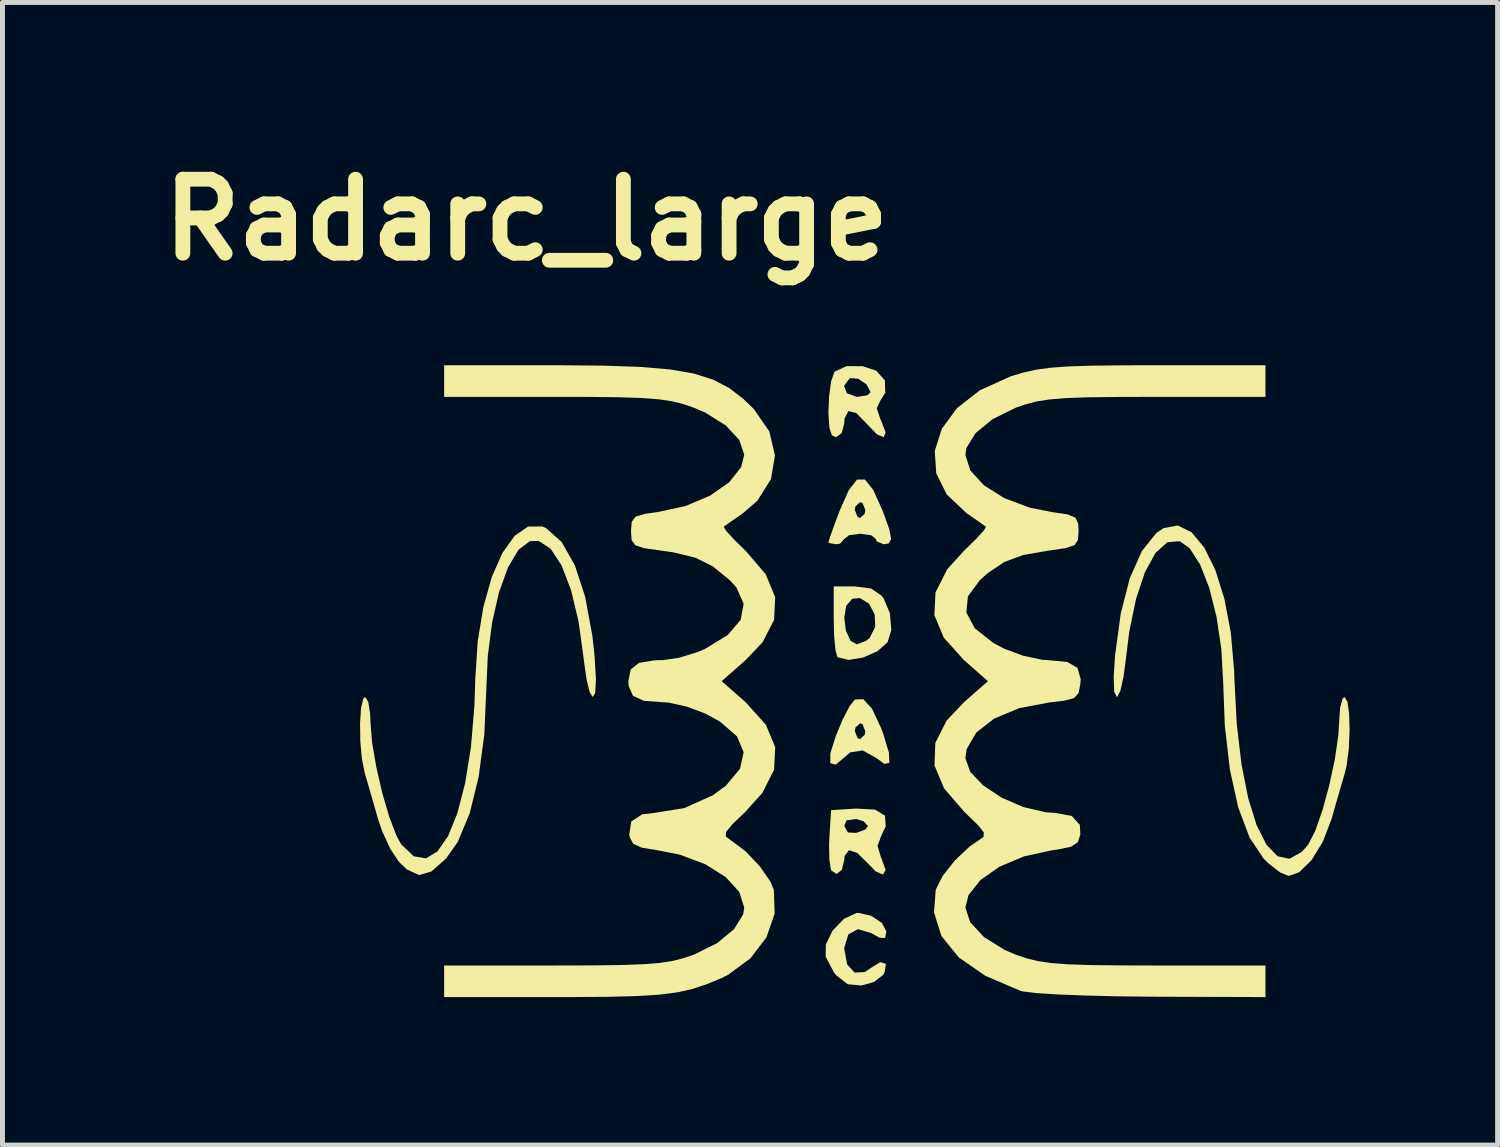
<source format=kicad_pcb>
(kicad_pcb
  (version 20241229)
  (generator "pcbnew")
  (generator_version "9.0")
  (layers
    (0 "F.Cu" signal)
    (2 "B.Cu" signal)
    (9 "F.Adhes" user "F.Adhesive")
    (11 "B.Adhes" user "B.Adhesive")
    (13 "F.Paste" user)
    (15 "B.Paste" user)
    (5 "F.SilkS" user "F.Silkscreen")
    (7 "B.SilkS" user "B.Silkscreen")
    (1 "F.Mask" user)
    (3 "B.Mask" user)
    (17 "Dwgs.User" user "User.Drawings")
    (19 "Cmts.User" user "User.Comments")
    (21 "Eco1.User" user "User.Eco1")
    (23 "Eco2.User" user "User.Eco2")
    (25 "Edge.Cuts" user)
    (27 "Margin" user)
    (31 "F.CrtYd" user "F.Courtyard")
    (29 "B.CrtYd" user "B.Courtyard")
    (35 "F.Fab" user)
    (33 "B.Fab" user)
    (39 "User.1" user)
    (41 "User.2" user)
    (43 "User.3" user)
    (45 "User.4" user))
  (footprint "Radarc_large"
    (layer "F.Cu")
    (at 14.276 10.65)
    (property "Reference" "Radarc_large" (at -6.655 -9.246 0) (layer "F.SilkS") (effects (font (size 1.5 1.5) (thickness 0.3))))
    (attr board_only exclude_from_pos_files exclude_from_bom)
    (fp_poly (pts (xy 0.333 4.863) (xy 0.551 5.009) (xy 0.64 5.18) (xy 0.613 5.314) (xy 0.499 5.306) (xy 0.333 5.213) (xy 0.065 5.133) (xy -0.131 5.24) (xy -0.213 5.509) (xy -0.213 5.533) (xy -0.155 5.849) (xy -0.005 6.013) (xy 0.205 6.002) (xy 0.323 5.921) (xy 0.52 5.802) (xy 0.63 5.837) (xy 0.606 6.001) (xy 0.572 6.062) (xy 0.39 6.203) (xy 0.135 6.276) (xy -0.145 6.249) (xy -0.372 6.072) (xy -0.421 6.014) (xy -0.59 5.692) (xy -0.588 5.447) (xy -0.451 5.163) (xy -0.22 4.925) (xy 0.03 4.806) (xy 0.072 4.803)) (stroke (width 0) (type solid)) (fill yes) (layer "F.SilkS"))
    (fp_poly (pts (xy 0.349 0.665) (xy 0.536 1.064) (xy 0.576 1.173) (xy 0.692 1.557) (xy 0.701 1.762) (xy 0.601 1.784) (xy 0.446 1.671) (xy 0.161 1.51) (xy -0.097 1.552) (xy -0.213 1.654) (xy -0.39 1.8) (xy -0.497 1.768) (xy -0.495 1.57) (xy -0.495 1.568) (xy -0.388 1.227) (xy -0.344 1.121) (xy 0 1.121) (xy 0.058 1.263) (xy 0.107 1.281) (xy 0.201 1.194) (xy 0.213 1.121) (xy 0.156 0.979) (xy 0.107 0.961) (xy 0.012 1.047) (xy 0 1.121) (xy -0.344 1.121) (xy -0.246 0.884) (xy -0.103 0.61) (xy 0.003 0.478) (xy 0.173 0.472)) (stroke (width 0) (type solid)) (fill yes) (layer "F.SilkS"))
    (fp_poly (pts (xy 0.331 -1.772) (xy 0.543 -1.626) (xy 0.581 -1.577) (xy 0.712 -1.269) (xy 0.74 -0.93) (xy 0.665 -0.683) (xy 0.461 -0.501) (xy 0.171 -0.373) (xy -0.123 -0.324) (xy -0.338 -0.376) (xy -0.356 -0.391) (xy -0.393 -0.528) (xy -0.419 -0.813) (xy -0.427 -1.138) (xy -0.427 -1.18) (xy -0.213 -1.18) (xy -0.181 -0.916) (xy -0.085 -0.71) (xy 0.043 -0.64) (xy 0.225 -0.709) (xy 0.299 -0.768) (xy 0.415 -0.994) (xy 0.402 -1.248) (xy 0.289 -1.464) (xy 0.103 -1.578) (xy -0.052 -1.563) (xy -0.173 -1.422) (xy -0.213 -1.18) (xy -0.427 -1.18) (xy -0.427 -1.814) (xy -0.006 -1.814)) (stroke (width 0) (type solid)) (fill yes) (layer "F.SilkS"))
    (fp_poly (pts (xy 0.411 2.71) (xy 0.612 2.833) (xy 0.627 3.051) (xy 0.54 3.231) (xy 0.46 3.444) (xy 0.529 3.674) (xy 0.541 3.697) (xy 0.624 3.934) (xy 0.571 4.027) (xy 0.421 3.961) (xy 0.28 3.815) (xy 0.054 3.591) (xy -0.117 3.533) (xy -0.206 3.648) (xy -0.213 3.729) (xy -0.262 3.93) (xy -0.368 4.016) (xy -0.474 3.946) (xy -0.487 3.915) (xy -0.516 3.722) (xy -0.521 3.409) (xy -0.513 3.241) (xy -0.501 3.042) (xy -0.213 3.042) (xy -0.14 3.174) (xy 0.027 3.182) (xy 0.214 3.115) (xy 0.267 3.042) (xy 0.176 2.945) (xy 0.027 2.901) (xy -0.169 2.927) (xy -0.213 3.042) (xy -0.501 3.042) (xy -0.48 2.721) (xy 0.028 2.689)) (stroke (width 0) (type solid)) (fill yes) (layer "F.SilkS"))
    (fp_poly (pts (xy 0.372 -3.773) (xy 0.561 -3.355) (xy 0.57 -3.333) (xy 0.698 -2.976) (xy 0.737 -2.773) (xy 0.686 -2.684) (xy 0.587 -2.668) (xy 0.445 -2.726) (xy 0.427 -2.775) (xy 0.334 -2.85) (xy 0.111 -2.882) (xy 0.107 -2.882) (xy -0.118 -2.851) (xy -0.213 -2.776) (xy -0.213 -2.775) (xy -0.3 -2.68) (xy -0.374 -2.668) (xy -0.516 -2.692) (xy -0.534 -2.712) (xy -0.498 -2.827) (xy -0.407 -3.081) (xy -0.308 -3.346) (xy -0.301 -3.362) (xy 0 -3.362) (xy 0.058 -3.22) (xy 0.107 -3.202) (xy 0.201 -3.288) (xy 0.213 -3.362) (xy 0.156 -3.504) (xy 0.107 -3.522) (xy 0.012 -3.435) (xy 0 -3.362) (xy -0.301 -3.362) (xy -0.121 -3.767) (xy 0.045 -3.979) (xy 0.204 -3.981)) (stroke (width 0) (type solid)) (fill yes) (layer "F.SilkS"))
    (fp_poly (pts (xy 0.162 -6.277) (xy 0.434 -6.186) (xy 0.61 -5.991) (xy 0.617 -5.739) (xy 0.514 -5.573) (xy 0.445 -5.425) (xy 0.517 -5.207) (xy 0.532 -5.178) (xy 0.625 -4.935) (xy 0.586 -4.839) (xy 0.446 -4.898) (xy 0.253 -5.1) (xy 0.029 -5.328) (xy -0.129 -5.368) (xy -0.207 -5.22) (xy -0.213 -5.123) (xy -0.265 -4.92) (xy -0.381 -4.838) (xy -0.465 -4.877) (xy -0.517 -5.039) (xy -0.535 -5.329) (xy -0.521 -5.667) (xy -0.492 -5.88) (xy -0.217 -5.88) (xy -0.161 -5.73) (xy 0.036 -5.657) (xy 0.053 -5.656) (xy 0.254 -5.688) (xy 0.32 -5.75) (xy 0.24 -5.906) (xy 0.067 -6.024) (xy -0.096 -6.036) (xy -0.102 -6.033) (xy -0.217 -5.88) (xy -0.492 -5.88) (xy -0.48 -5.97) (xy -0.415 -6.158) (xy -0.406 -6.169) (xy -0.165 -6.279)) (stroke (width 0) (type solid)) (fill yes) (layer "F.SilkS"))
    (fp_poly (pts (xy -6.257 -2.995) (xy -5.941 -2.713) (xy -5.674 -2.241) (xy -5.464 -1.599) (xy -5.318 -0.805) (xy -5.275 -0.412) (xy -5.247 0.066) (xy -5.262 0.347) (xy -5.312 0.427) (xy -5.374 0.329) (xy -5.437 0.071) (xy -5.489 -0.294) (xy -5.495 -0.347) (xy -5.599 -1.104) (xy -5.752 -1.741) (xy -5.943 -2.239) (xy -6.166 -2.578) (xy -6.409 -2.737) (xy -6.586 -2.731) (xy -6.818 -2.555) (xy -7.029 -2.199) (xy -7.21 -1.7) (xy -7.35 -1.09) (xy -7.439 -0.405) (xy -7.467 0.221) (xy -7.509 1.186) (xy -7.625 2.051) (xy -7.806 2.786) (xy -8.047 3.365) (xy -8.284 3.701) (xy -8.582 3.964) (xy -8.832 4.037) (xy -9.078 3.924) (xy -9.236 3.774) (xy -9.413 3.51) (xy -9.584 3.138) (xy -9.666 2.893) (xy -9.779 2.497) (xy -9.885 2.132) (xy -9.934 1.967) (xy -9.991 1.677) (xy -10.023 1.321) (xy -10.028 0.959) (xy -10.008 0.652) (xy -9.963 0.461) (xy -9.925 0.427) (xy -9.863 0.523) (xy -9.823 0.766) (xy -9.817 0.934) (xy -9.784 1.349) (xy -9.698 1.852) (xy -9.576 2.379) (xy -9.433 2.866) (xy -9.286 3.248) (xy -9.193 3.415) (xy -8.94 3.656) (xy -8.693 3.699) (xy -8.459 3.558) (xy -8.244 3.247) (xy -8.055 2.782) (xy -7.899 2.178) (xy -7.781 1.449) (xy -7.71 0.61) (xy -7.693 0.076) (xy -7.644 -0.695) (xy -7.529 -1.395) (xy -7.359 -2.001) (xy -7.144 -2.49) (xy -6.895 -2.839) (xy -6.622 -3.027) (xy -6.336 -3.03)) (stroke (width 0) (type solid)) (fill yes) (layer "F.SilkS"))
    (fp_poly (pts (xy 6.826 -2.911) (xy 7.083 -2.602) (xy 7.308 -2.146) (xy 7.491 -1.563) (xy 7.622 -0.876) (xy 7.689 -0.105) (xy 7.694 0.053) (xy 7.742 0.977) (xy 7.838 1.79) (xy 7.974 2.478) (xy 8.145 3.027) (xy 8.346 3.424) (xy 8.569 3.655) (xy 8.81 3.707) (xy 9.061 3.567) (xy 9.193 3.415) (xy 9.333 3.14) (xy 9.481 2.717) (xy 9.619 2.21) (xy 9.731 1.684) (xy 9.801 1.202) (xy 9.817 0.934) (xy 9.838 0.638) (xy 9.89 0.456) (xy 9.925 0.427) (xy 9.985 0.523) (xy 10.02 0.77) (xy 10.029 1.107) (xy 10.013 1.474) (xy 9.97 1.81) (xy 9.934 1.967) (xy 9.848 2.257) (xy 9.736 2.646) (xy 9.666 2.893) (xy 9.489 3.356) (xy 9.26 3.733) (xy 9.008 3.979) (xy 8.796 4.055) (xy 8.618 3.982) (xy 8.381 3.797) (xy 8.284 3.701) (xy 8.001 3.275) (xy 7.772 2.666) (xy 7.603 1.901) (xy 7.5 1.007) (xy 7.468 0.16) (xy 7.43 -0.538) (xy 7.332 -1.199) (xy 7.184 -1.785) (xy 6.998 -2.261) (xy 6.784 -2.591) (xy 6.586 -2.731) (xy 6.334 -2.709) (xy 6.096 -2.494) (xy 5.882 -2.105) (xy 5.701 -1.563) (xy 5.562 -0.888) (xy 5.495 -0.347) (xy 5.445 0.028) (xy 5.383 0.303) (xy 5.319 0.425) (xy 5.312 0.427) (xy 5.258 0.323) (xy 5.248 0.017) (xy 5.275 -0.412) (xy 5.391 -1.266) (xy 5.574 -1.978) (xy 5.817 -2.527) (xy 6.112 -2.896) (xy 6.257 -2.995) (xy 6.547 -3.049)) (stroke (width 0) (type solid)) (fill yes) (layer "F.SilkS"))
    (fp_poly (pts (xy -5.103 -6.289) (xy -4.344 -6.263) (xy -3.738 -6.211) (xy -3.257 -6.127) (xy -2.869 -6.004) (xy -2.546 -5.835) (xy -2.258 -5.614) (xy -2.046 -5.409) (xy -1.732 -4.954) (xy -1.618 -4.468) (xy -1.699 -3.989) (xy -1.973 -3.553) (xy -2.266 -3.298) (xy -2.498 -3.137) (xy -2.642 -3.036) (xy -2.658 -3.024) (xy -2.609 -2.941) (xy -2.44 -2.757) (xy -2.213 -2.536) (xy -1.807 -2.063) (xy -1.614 -1.597) (xy -1.635 -1.138) (xy -1.868 -0.684) (xy -2.207 -0.326) (xy -2.698 0.107) (xy -2.207 0.539) (xy -1.803 0.989) (xy -1.613 1.443) (xy -1.636 1.902) (xy -1.872 2.37) (xy -2.221 2.757) (xy -2.484 3.01) (xy -2.609 3.162) (xy -2.614 3.255) (xy -2.52 3.328) (xy -2.506 3.336) (xy -2.213 3.556) (xy -1.926 3.859) (xy -1.71 4.17) (xy -1.641 4.335) (xy -1.624 4.819) (xy -1.79 5.297) (xy -2.115 5.725) (xy -2.572 6.061) (xy -2.701 6.124) (xy -3.003 6.25) (xy -3.292 6.346) (xy -3.603 6.415) (xy -3.973 6.462) (xy -4.438 6.49) (xy -5.034 6.505) (xy -5.797 6.51) (xy -6.046 6.51) (xy -8.324 6.51) (xy -8.324 6.19) (xy -8.324 5.87) (xy -6.087 5.87) (xy -5.32 5.868) (xy -4.731 5.86) (xy -4.286 5.844) (xy -3.95 5.817) (xy -3.686 5.776) (xy -3.462 5.718) (xy -3.261 5.65) (xy -2.794 5.419) (xy -2.449 5.135) (xy -2.263 4.833) (xy -2.241 4.696) (xy -2.342 4.378) (xy -2.617 4.077) (xy -3.031 3.817) (xy -3.545 3.624) (xy -3.994 3.535) (xy -4.321 3.481) (xy -4.492 3.403) (xy -4.562 3.269) (xy -4.572 3.214) (xy -4.53 2.951) (xy -4.312 2.807) (xy -4.055 2.776) (xy -3.452 2.678) (xy -2.877 2.419) (xy -2.612 2.224) (xy -2.327 1.882) (xy -2.253 1.547) (xy -2.388 1.226) (xy -2.731 0.927) (xy -3.037 0.76) (xy -3.406 0.623) (xy -3.768 0.542) (xy -3.885 0.534) (xy -4.276 0.505) (xy -4.496 0.404) (xy -4.583 0.208) (xy -4.589 0.107) (xy -4.542 -0.13) (xy -4.375 -0.264) (xy -4.052 -0.317) (xy -3.885 -0.32) (xy -3.564 -0.367) (xy -3.182 -0.485) (xy -3.037 -0.547) (xy -2.576 -0.828) (xy -2.313 -1.137) (xy -2.253 -1.463) (xy -2.399 -1.793) (xy -2.535 -1.941) (xy -2.879 -2.221) (xy -3.232 -2.396) (xy -3.676 -2.504) (xy -3.922 -2.539) (xy -4.267 -2.588) (xy -4.45 -2.648) (xy -4.523 -2.751) (xy -4.536 -2.93) (xy -4.536 -2.935) (xy -4.521 -3.125) (xy -4.441 -3.23) (xy -4.241 -3.287) (xy -3.994 -3.321) (xy -3.429 -3.444) (xy -2.933 -3.654) (xy -2.546 -3.925) (xy -2.304 -4.232) (xy -2.241 -4.482) (xy -2.341 -4.782) (xy -2.616 -5.078) (xy -3.031 -5.337) (xy -3.261 -5.436) (xy -3.482 -5.511) (xy -3.708 -5.567) (xy -3.977 -5.607) (xy -4.322 -5.633) (xy -4.779 -5.648) (xy -5.382 -5.655) (xy -6.087 -5.656) (xy -8.324 -5.656) (xy -8.324 -5.976) (xy -8.324 -6.297) (xy -6.046 -6.297)) (stroke (width 0) (type solid)) (fill yes) (layer "F.SilkS"))
    (fp_poly (pts (xy 8.324 -5.976) (xy 8.324 -5.656) (xy 6.087 -5.656) (xy 5.32 -5.654) (xy 4.731 -5.647) (xy 4.286 -5.631) (xy 3.95 -5.604) (xy 3.686 -5.563) (xy 3.462 -5.505) (xy 3.261 -5.436) (xy 2.794 -5.205) (xy 2.449 -4.922) (xy 2.263 -4.62) (xy 2.241 -4.482) (xy 2.342 -4.164) (xy 2.617 -3.863) (xy 3.031 -3.603) (xy 3.545 -3.41) (xy 3.994 -3.321) (xy 4.313 -3.274) (xy 4.473 -3.207) (xy 4.529 -3.082) (xy 4.536 -2.935) (xy 4.523 -2.754) (xy 4.453 -2.65) (xy 4.273 -2.59) (xy 3.933 -2.54) (xy 3.922 -2.539) (xy 3.41 -2.45) (xy 3.028 -2.308) (xy 2.69 -2.079) (xy 2.535 -1.941) (xy 2.293 -1.613) (xy 2.261 -1.284) (xy 2.432 -0.965) (xy 2.804 -0.67) (xy 3.037 -0.547) (xy 3.416 -0.408) (xy 3.798 -0.327) (xy 3.921 -0.319) (xy 4.305 -0.282) (xy 4.514 -0.163) (xy 4.578 0.063) (xy 4.571 0.172) (xy 4.535 0.35) (xy 4.442 0.45) (xy 4.236 0.504) (xy 3.949 0.537) (xy 3.332 0.654) (xy 2.827 0.864) (xy 2.463 1.147) (xy 2.267 1.484) (xy 2.241 1.667) (xy 2.339 1.942) (xy 2.599 2.218) (xy 2.975 2.467) (xy 3.417 2.659) (xy 3.877 2.765) (xy 4.055 2.776) (xy 4.397 2.838) (xy 4.561 3.018) (xy 4.572 3.214) (xy 4.521 3.37) (xy 4.386 3.462) (xy 4.112 3.519) (xy 3.994 3.535) (xy 3.429 3.658) (xy 2.933 3.867) (xy 2.546 4.138) (xy 2.304 4.445) (xy 2.241 4.696) (xy 2.341 4.995) (xy 2.616 5.292) (xy 3.031 5.551) (xy 3.261 5.65) (xy 3.482 5.725) (xy 3.708 5.78) (xy 3.977 5.82) (xy 4.322 5.846) (xy 4.779 5.861) (xy 5.382 5.868) (xy 6.087 5.87) (xy 8.324 5.87) (xy 8.324 6.19) (xy 8.324 6.51) (xy 6.003 6.502) (xy 5.301 6.494) (xy 4.653 6.478) (xy 4.097 6.456) (xy 3.67 6.428) (xy 3.407 6.396) (xy 3.362 6.385) (xy 2.642 6.077) (xy 2.105 5.703) (xy 1.756 5.272) (xy 1.605 4.792) (xy 1.641 4.335) (xy 1.778 4.058) (xy 2.028 3.741) (xy 2.325 3.46) (xy 2.506 3.336) (xy 2.609 3.262) (xy 2.615 3.174) (xy 2.503 3.03) (xy 2.255 2.789) (xy 2.221 2.757) (xy 1.811 2.282) (xy 1.615 1.816) (xy 1.632 1.358) (xy 1.862 0.905) (xy 2.207 0.539) (xy 2.698 0.107) (xy 2.207 -0.326) (xy 1.803 -0.777) (xy 1.613 -1.231) (xy 1.636 -1.692) (xy 1.872 -2.159) (xy 2.213 -2.536) (xy 2.459 -2.776) (xy 2.619 -2.953) (xy 2.658 -3.024) (xy 2.55 -3.101) (xy 2.336 -3.25) (xy 2.266 -3.298) (xy 1.863 -3.678) (xy 1.651 -4.108) (xy 1.621 -4.56) (xy 1.764 -5.009) (xy 2.072 -5.428) (xy 2.536 -5.79) (xy 3.148 -6.067) (xy 3.161 -6.072) (xy 3.416 -6.149) (xy 3.671 -6.206) (xy 3.963 -6.246) (xy 4.328 -6.273) (xy 4.803 -6.288) (xy 5.424 -6.295) (xy 6.085 -6.297) (xy 8.324 -6.297)) (stroke (width 0) (type solid)) (fill yes) (layer "F.SilkS")))
  (gr_rect
    (start -3 -3)
    (end 27.305 20.16)
    (stroke (width 0.1) (type default))
    (fill no)
    (layer "Edge.Cuts")))
</source>
